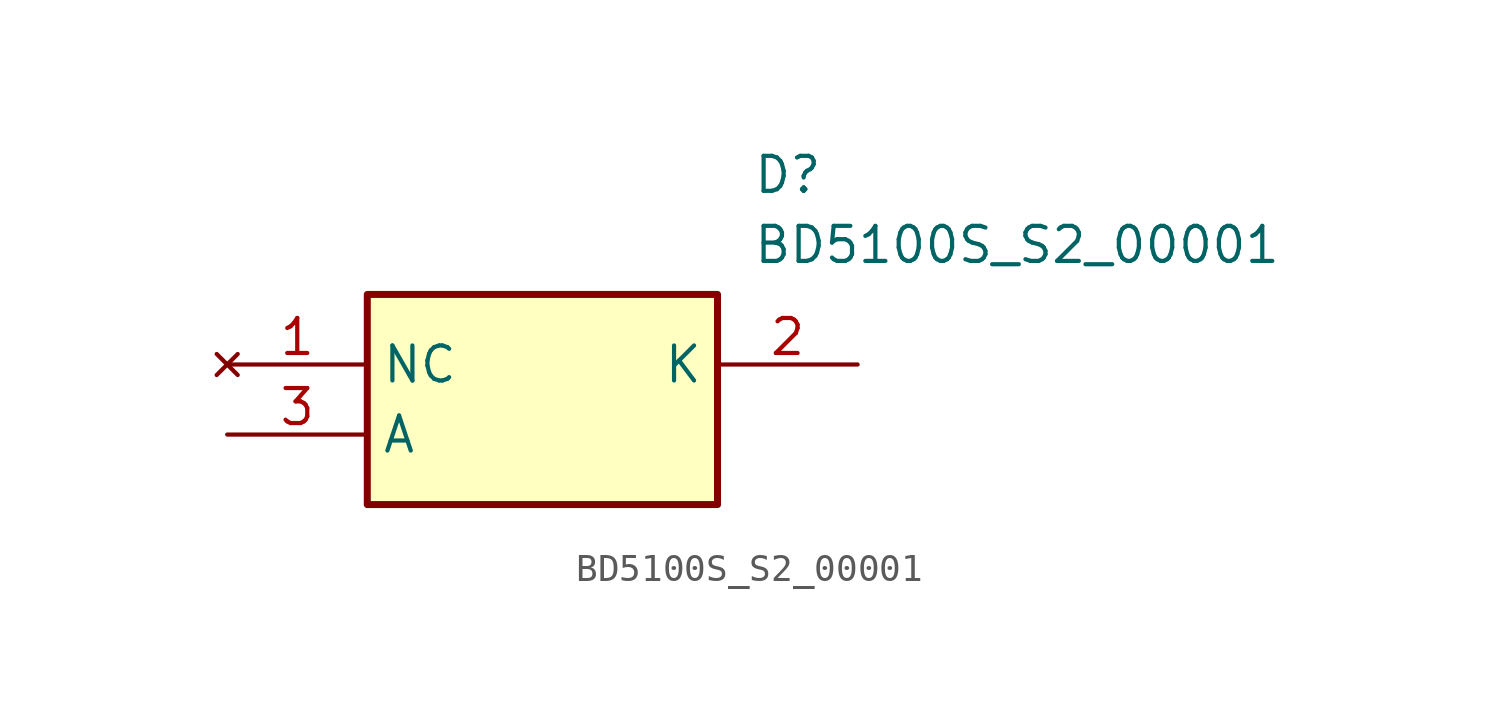
<source format=kicad_sym>
(kicad_symbol_lib
  (version 20211014)
  (generator SamacSys_ECAD_Model)
  (symbol "BD5100S_S2_00001"
    (property "Reference" "D"
      (at 19.05 7.62 0)
      (effects (font (size 1.27 1.27)) (justify left top)))
    (property "Value" "BD5100S_S2_00001"
      (at 19.05 5.08 0)
      (effects (font (size 1.27 1.27)) (justify left top)))
    (rectangle
      (start 5.08 2.54)
      (end 17.78 -5.08)
      (stroke (width 0.254) (type default))
      (fill (type background)))
    (pin no_connect line
      (at 0 0 0)
      (length 5.08)
      (name "NC" (effects (font (size 1.27 1.27))))
      (number "1" (effects (font (size 1.27 1.27)))))
    (pin passive line
      (at 22.86 0 180)
      (length 5.08)
      (name "K" (effects (font (size 1.27 1.27))))
      (number "2" (effects (font (size 1.27 1.27)))))
    (pin passive line
      (at 0 -2.54 0)
      (length 5.08)
      (name "A" (effects (font (size 1.27 1.27))))
      (number "3" (effects (font (size 1.27 1.27)))))))
</source>
